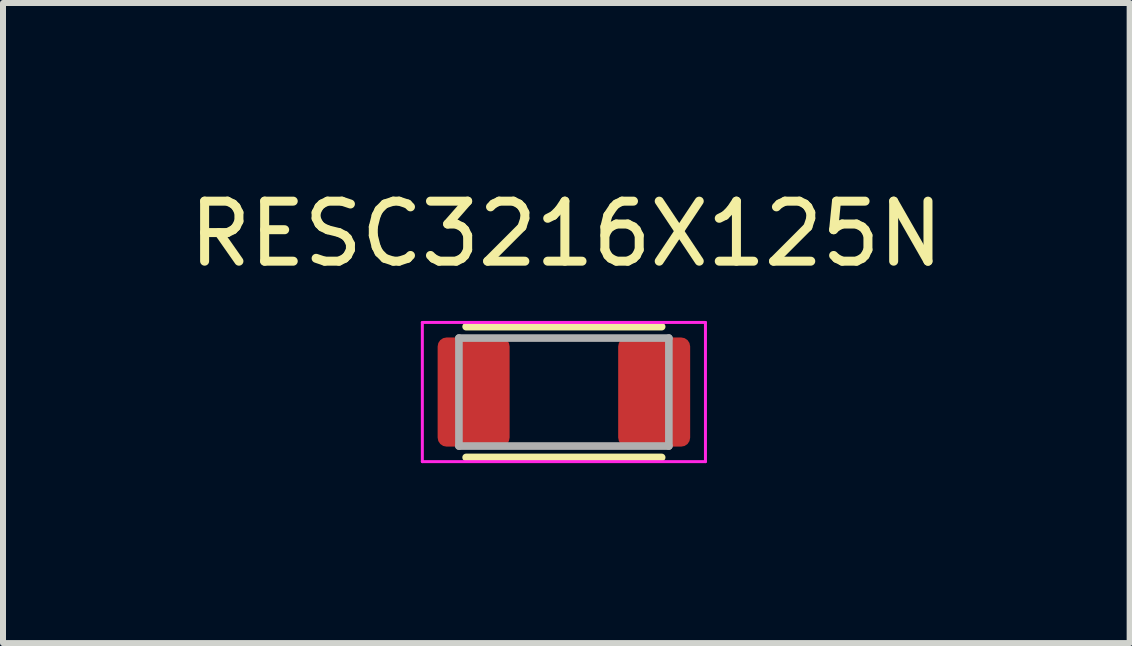
<source format=kicad_pcb>
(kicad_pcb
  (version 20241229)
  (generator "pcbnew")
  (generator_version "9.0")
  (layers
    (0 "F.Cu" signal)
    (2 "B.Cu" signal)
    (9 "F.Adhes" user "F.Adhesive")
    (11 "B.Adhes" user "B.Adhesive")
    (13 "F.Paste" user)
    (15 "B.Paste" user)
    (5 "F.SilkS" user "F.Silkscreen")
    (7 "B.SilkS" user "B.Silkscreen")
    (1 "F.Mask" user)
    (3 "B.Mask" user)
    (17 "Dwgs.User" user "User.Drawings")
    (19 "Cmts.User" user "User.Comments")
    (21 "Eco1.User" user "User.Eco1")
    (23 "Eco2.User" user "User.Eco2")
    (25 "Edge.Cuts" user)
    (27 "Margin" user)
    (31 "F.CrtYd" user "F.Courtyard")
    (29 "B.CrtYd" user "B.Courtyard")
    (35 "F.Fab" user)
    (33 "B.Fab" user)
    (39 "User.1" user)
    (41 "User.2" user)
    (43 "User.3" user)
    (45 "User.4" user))
  (footprint "RESC3216X125N"
    (layer "F.Cu")
    (at 6.351 3.486)
    (property "Reference" "RESC3216X125N" (at 0.04 -2.637 0) (layer "F.SilkS") (effects (font (size 1.001 1.001) (thickness 0.15))))
    (attr smd)
    (fp_line (start -1.63 -1.09) (end 1.63 -1.09) (stroke (width 0.127) (type solid)) (layer "F.SilkS"))
    (fp_line (start -1.63 1.09) (end 1.63 1.09) (stroke (width 0.127) (type solid)) (layer "F.SilkS"))
    (fp_line (start -2.36 -1.16) (end 2.36 -1.16) (stroke (width 0.05) (type solid)) (layer "F.CrtYd"))
    (fp_line (start -2.36 1.16) (end -2.36 -1.16) (stroke (width 0.05) (type solid)) (layer "F.CrtYd"))
    (fp_line (start 2.36 -1.16) (end 2.36 1.16) (stroke (width 0.05) (type solid)) (layer "F.CrtYd"))
    (fp_line (start 2.36 1.16) (end -2.36 1.16) (stroke (width 0.05) (type solid)) (layer "F.CrtYd"))
    (fp_line (start -1.75 -0.9) (end 1.75 -0.9) (stroke (width 0.127) (type solid)) (layer "F.Fab"))
    (fp_line (start -1.75 0.9) (end -1.75 -0.9) (stroke (width 0.127) (type solid)) (layer "F.Fab"))
    (fp_line (start 1.75 -0.9) (end 1.75 0.9) (stroke (width 0.127) (type solid)) (layer "F.Fab"))
    (fp_line (start 1.75 0.9) (end -1.75 0.9) (stroke (width 0.127) (type solid)) (layer "F.Fab"))
    (pad "1" smd roundrect (at -1.505 0) (size 1.2 1.82) (layers "F.Cu" "F.Mask" "F.Paste") (roundrect_rratio 0.125))
    (pad "2" smd roundrect (at 1.505 0) (size 1.2 1.82) (layers "F.Cu" "F.Mask" "F.Paste") (roundrect_rratio 0.125)))
  (gr_rect
    (start -3 -3)
    (end 15.783 7.671)
    (stroke (width 0.1) (type default))
    (fill no)
    (layer "Edge.Cuts")))
</source>
